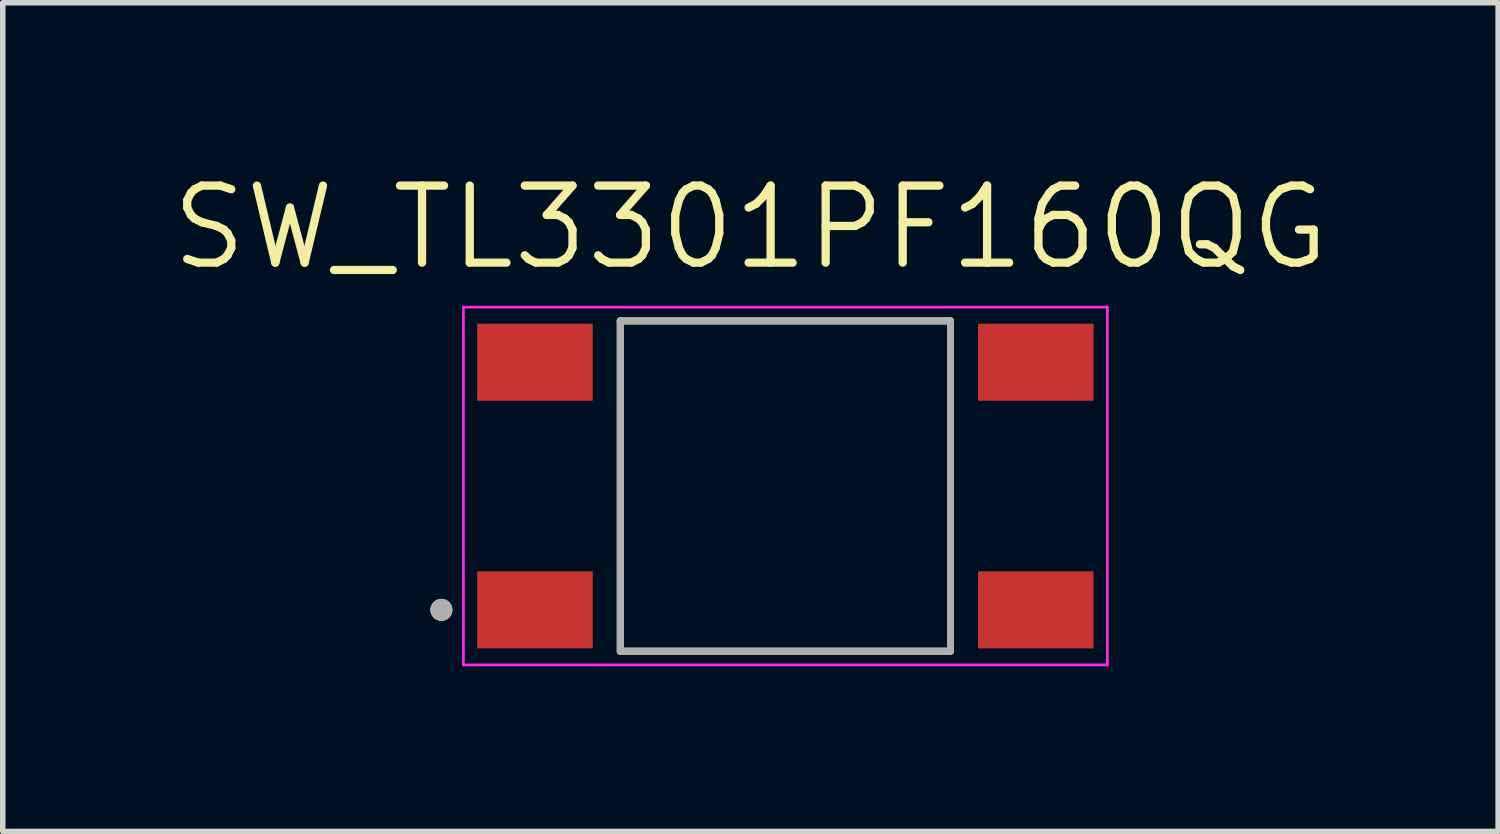
<source format=kicad_pcb>
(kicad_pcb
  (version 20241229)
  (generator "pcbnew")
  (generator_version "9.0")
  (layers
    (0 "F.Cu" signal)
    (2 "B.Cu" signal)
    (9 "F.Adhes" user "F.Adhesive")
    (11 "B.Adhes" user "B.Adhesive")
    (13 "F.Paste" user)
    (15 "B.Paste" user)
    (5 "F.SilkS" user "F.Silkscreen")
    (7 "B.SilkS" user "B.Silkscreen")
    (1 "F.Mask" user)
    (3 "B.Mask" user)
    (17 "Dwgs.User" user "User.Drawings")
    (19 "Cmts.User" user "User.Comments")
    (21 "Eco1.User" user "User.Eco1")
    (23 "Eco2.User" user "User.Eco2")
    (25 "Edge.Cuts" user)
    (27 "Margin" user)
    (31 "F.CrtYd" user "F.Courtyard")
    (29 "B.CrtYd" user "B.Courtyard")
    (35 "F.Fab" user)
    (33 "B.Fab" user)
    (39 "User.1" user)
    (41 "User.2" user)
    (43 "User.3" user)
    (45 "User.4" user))
  (footprint "SW_TL3301PF160QG"
    (layer "F.Cu")
    (at 11.22 5.781)
    (property "Reference" "SW_TL3301PF160QG" (at -0.635 -4.699 0) (layer "F.SilkS") (effects (font (size 1.4 1.4) (thickness 0.15))))
    (attr smd)
    (fp_line (start -3 -3) (end -3 3) (stroke (width 0.127) (type solid)) (layer "F.SilkS"))
    (fp_line (start -3 3) (end 3 3) (stroke (width 0.127) (type solid)) (layer "F.SilkS"))
    (fp_line (start 3 -3) (end -3 -3) (stroke (width 0.127) (type solid)) (layer "F.SilkS"))
    (fp_line (start 3 3) (end 3 -3) (stroke (width 0.127) (type solid)) (layer "F.SilkS"))
    (fp_circle (center -6.25 2.25) (end -6.15 2.25) (stroke (width 0.2) (type solid)) (fill no) (layer "F.SilkS"))
    (fp_line (start -5.85 -3.25) (end 5.85 -3.25) (stroke (width 0.05) (type solid)) (layer "F.CrtYd"))
    (fp_line (start -5.85 3.25) (end -5.85 -3.25) (stroke (width 0.05) (type solid)) (layer "F.CrtYd"))
    (fp_line (start 5.85 -3.25) (end 5.85 3.25) (stroke (width 0.05) (type solid)) (layer "F.CrtYd"))
    (fp_line (start 5.85 3.25) (end -5.85 3.25) (stroke (width 0.05) (type solid)) (layer "F.CrtYd"))
    (fp_line (start -3 -3) (end 3 -3) (stroke (width 0.127) (type solid)) (layer "F.Fab"))
    (fp_line (start -3 3) (end -3 -3) (stroke (width 0.127) (type solid)) (layer "F.Fab"))
    (fp_line (start 3 -3) (end 3 3) (stroke (width 0.127) (type solid)) (layer "F.Fab"))
    (fp_line (start 3 3) (end -3 3) (stroke (width 0.127) (type solid)) (layer "F.Fab"))
    (fp_circle (center -6.25 2.25) (end -6.15 2.25) (stroke (width 0.2) (type solid)) (fill no) (layer "F.Fab"))
    (pad "1" smd rect (at -4.55 2.25) (size 2.1 1.4) (layers "F.Cu" "F.Mask" "F.Paste"))
    (pad "2" smd rect (at 4.55 2.25) (size 2.1 1.4) (layers "F.Cu" "F.Mask" "F.Paste"))
    (pad "3" smd rect (at -4.55 -2.25) (size 2.1 1.4) (layers "F.Cu" "F.Mask" "F.Paste"))
    (pad "4" smd rect (at 4.55 -2.25) (size 2.1 1.4) (layers "F.Cu" "F.Mask" "F.Paste")))
  (gr_rect
    (start -3 -3)
    (end 24.17 12.056)
    (stroke (width 0.1) (type default))
    (fill no)
    (layer "Edge.Cuts")))
</source>
